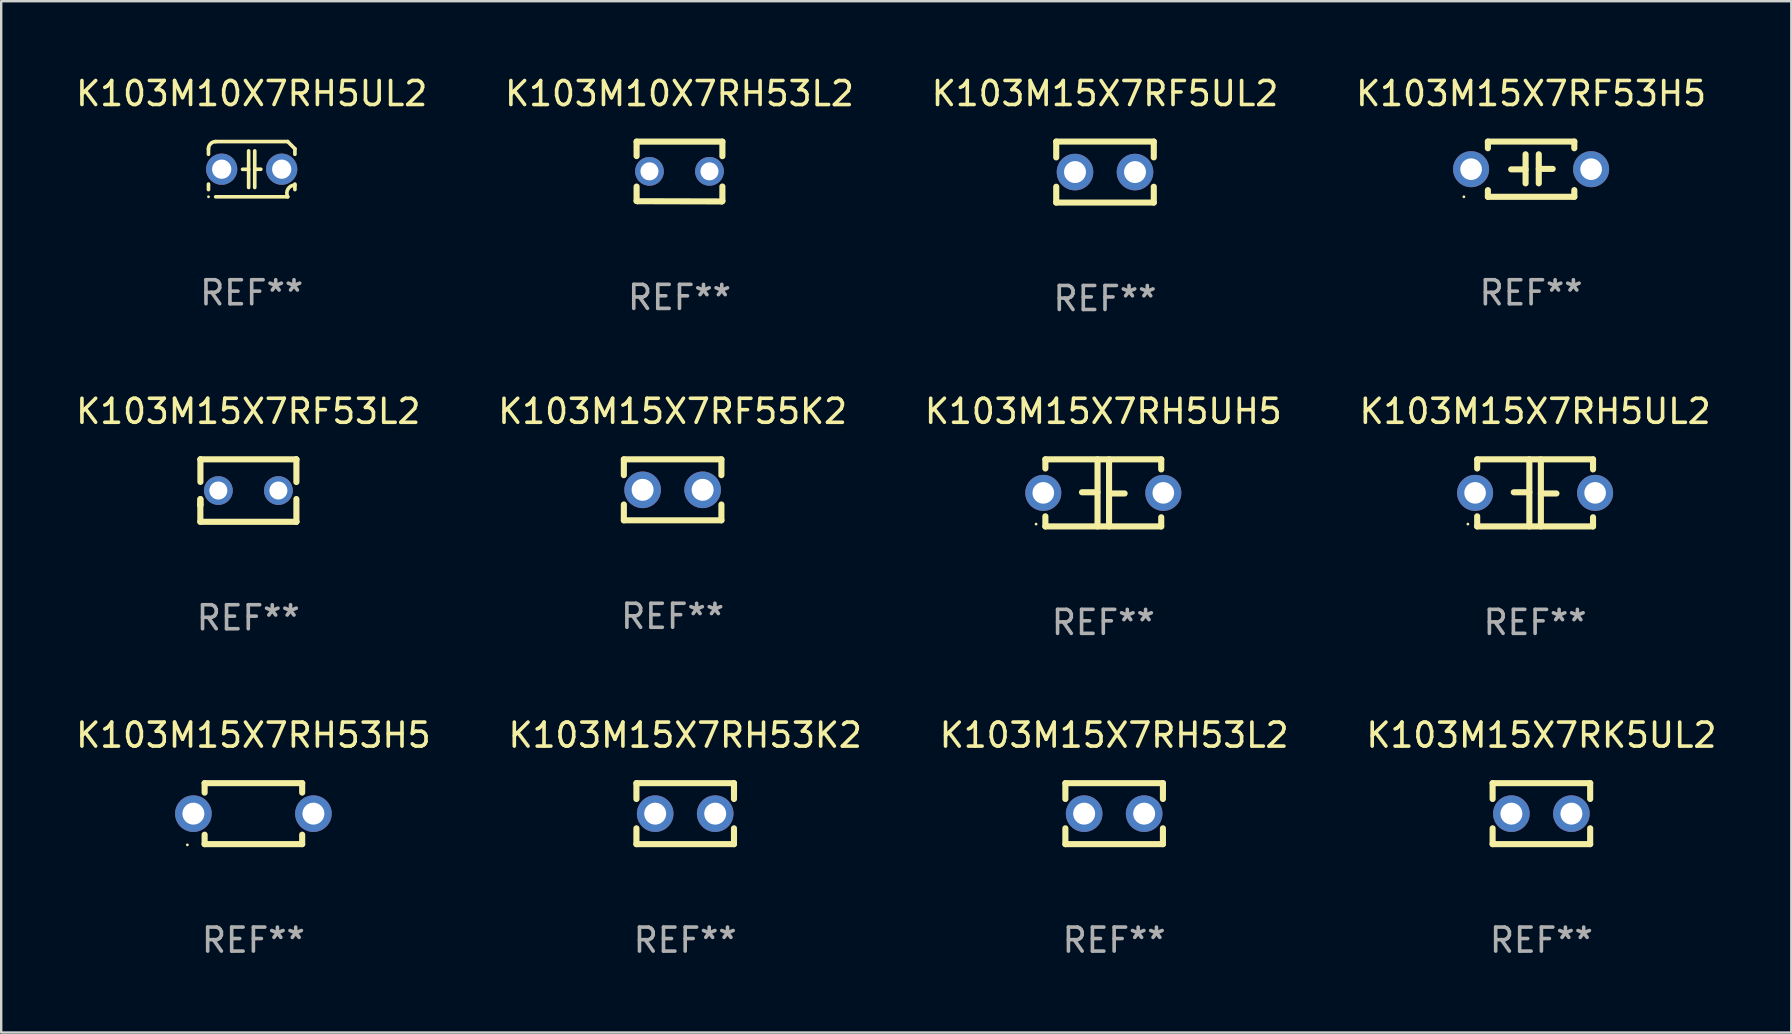
<source format=kicad_pcb>
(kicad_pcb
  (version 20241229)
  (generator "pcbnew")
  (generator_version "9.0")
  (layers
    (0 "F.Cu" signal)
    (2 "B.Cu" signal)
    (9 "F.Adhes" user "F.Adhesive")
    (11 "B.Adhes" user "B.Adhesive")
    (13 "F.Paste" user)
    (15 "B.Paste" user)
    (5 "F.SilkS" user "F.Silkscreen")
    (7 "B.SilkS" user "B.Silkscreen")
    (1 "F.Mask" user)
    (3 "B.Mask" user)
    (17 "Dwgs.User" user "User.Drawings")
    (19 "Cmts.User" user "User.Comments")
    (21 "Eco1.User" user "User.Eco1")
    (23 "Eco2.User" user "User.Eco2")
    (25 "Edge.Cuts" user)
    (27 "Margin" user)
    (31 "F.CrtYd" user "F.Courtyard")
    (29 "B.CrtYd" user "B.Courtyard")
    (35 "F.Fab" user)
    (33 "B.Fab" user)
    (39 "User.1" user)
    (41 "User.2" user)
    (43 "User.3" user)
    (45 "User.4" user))
  (footprint "K103M15X7RF53L2"
    (layer "F.Cu")
    (at 7.292 17.386)
    (property "Reference" "K103M15X7RF53L2" (at 0 -3.301 0) (layer "F.SilkS") (effects (font (size 1 1) (thickness 0.15))))
    (attr through_hole)
    (fp_line (start -1.996 0.354) (end -1.996 1.301) (stroke (width 0.254) (type solid)) (layer "F.SilkS"))
    (fp_line (start -1.996 1.301) (end 2.002 1.301) (stroke (width 0.254) (type solid)) (layer "F.SilkS"))
    (fp_line (start -1.993 -1.299) (end -1.993 -0.36) (stroke (width 0.254) (type solid)) (layer "F.SilkS"))
    (fp_line (start -1.993 0.358) (end -1.993 0.599) (stroke (width 0.254) (type solid)) (layer "F.SilkS"))
    (fp_line (start -1.993 0.599) (end -2.005 0.61) (stroke (width 0.254) (type solid)) (layer "F.SilkS"))
    (fp_line (start -1.992 -1.301) (end -1.993 -1.299) (stroke (width 0.254) (type solid)) (layer "F.SilkS"))
    (fp_line (start 2.002 1.301) (end 2.005 1.298) (stroke (width 0.254) (type solid)) (layer "F.SilkS"))
    (fp_line (start 2.003 -1.301) (end -1.992 -1.301) (stroke (width 0.254) (type solid)) (layer "F.SilkS"))
    (fp_line (start 2.005 -1.299) (end 2.003 -1.301) (stroke (width 0.254) (type solid)) (layer "F.SilkS"))
    (fp_line (start 2.005 -0.355) (end 2.005 -1.299) (stroke (width 0.254) (type solid)) (layer "F.SilkS"))
    (fp_line (start 2.005 1.298) (end 2.005 0.352) (stroke (width 0.254) (type solid)) (layer "F.SilkS"))
    (fp_circle (center -1.996 1.299) (end -1.966 1.299) (stroke (width 0.06) (type solid)) (fill no) (layer "F.SilkS"))
    (fp_text user "REF**" (at 0 5.301 0) (layer "F.Fab") (effects (font (size 1 1) (thickness 0.15))))
    (pad "1" thru_hole circle (at -1.246 -0.001) (size 1.2 1.2) (drill 0.75) (layers "*.Cu" "*.Mask"))
    (pad "2" thru_hole circle (at 1.255 -0.001) (size 1.2 1.2) (drill 0.75) (layers "*.Cu" "*.Mask")))
  (footprint "K103M10X7RH5UL2"
    (layer "F.Cu")
    (at 7.435 3.998)
    (property "Reference" "K103M10X7RH5UL2" (at 0 -3.15 0) (layer "F.SilkS") (effects (font (size 1 1) (thickness 0.15))))
    (attr through_hole)
    (fp_line (start -1.8 -0.621) (end -1.8 -0.85) (stroke (width 0.152) (type solid)) (layer "F.SilkS"))
    (fp_line (start -1.8 0.85) (end -1.8 0.621) (stroke (width 0.152) (type solid)) (layer "F.SilkS"))
    (fp_line (start -1.5 -1.15) (end 1.5 -1.15) (stroke (width 0.152) (type solid)) (layer "F.SilkS"))
    (fp_line (start -0.127 -0.762) (end -0.127 0.762) (stroke (width 0.152) (type solid)) (layer "F.SilkS"))
    (fp_line (start -0.127 0.005) (end -0.381 0.005) (stroke (width 0.152) (type solid)) (layer "F.SilkS"))
    (fp_line (start 0.127 -0.762) (end 0.127 0.762) (stroke (width 0.152) (type solid)) (layer "F.SilkS"))
    (fp_line (start 0.127 0.002) (end 0.381 0.002) (stroke (width 0.152) (type solid)) (layer "F.SilkS"))
    (fp_line (start 1.5 1.15) (end -1.5 1.15) (stroke (width 0.152) (type solid)) (layer "F.SilkS"))
    (fp_line (start 1.8 -0.85) (end 1.8 -0.621) (stroke (width 0.152) (type solid)) (layer "F.SilkS"))
    (fp_line (start 1.8 0.621) (end 1.8 0.85) (stroke (width 0.152) (type solid)) (layer "F.SilkS"))
    (fp_arc (start -1.799975 -0.849987) (mid -1.712107 -1.062119) (end -1.499975 -1.149987) (stroke (width 0.151994) (type solid)) (layer "F.SilkS"))
    (fp_arc (start 1.499975 1.149987) (mid 1.513726 0.822359) (end 1.799975 0.662387) (stroke (width 0.151994) (type solid)) (layer "F.SilkS"))
    (fp_arc (start 1.500001 -1.149986) (mid 1.650015 -1.000001) (end 1.8 -0.849987) (stroke (width 0.151994) (type solid)) (layer "F.SilkS"))
    (fp_circle (center -1.8 1.15) (end -1.77 1.15) (stroke (width 0.06) (type solid)) (fill no) (layer "F.SilkS"))
    (fp_text user "REF**" (at 0 5.15 0) (layer "F.Fab") (effects (font (size 1 1) (thickness 0.15))))
    (pad "1" thru_hole circle (at -1.25 0) (size 1.3 1.3) (drill 0.8) (layers "*.Cu" "*.Mask"))
    (pad "2" thru_hole circle (at 1.25 0) (size 1.3 1.3) (drill 0.8) (layers "*.Cu" "*.Mask")))
  (footprint "K103M15X7RF5UL2"
    (layer "F.Cu")
    (at 42.982 4.118)
    (property "Reference" "K103M15X7RF5UL2" (at 0 -3.27 0) (layer "F.SilkS") (effects (font (size 1 1) (thickness 0.15))))
    (attr through_hole)
    (fp_line (start -2.032 -1.27) (end -2.032 -0.611) (stroke (width 0.254) (type solid)) (layer "F.SilkS"))
    (fp_line (start -2.032 0.611) (end -2.032 1.27) (stroke (width 0.254) (type solid)) (layer "F.SilkS"))
    (fp_line (start -2.032 1.27) (end 2.032 1.27) (stroke (width 0.254) (type solid)) (layer "F.SilkS"))
    (fp_line (start 2.032 -1.27) (end -2.032 -1.27) (stroke (width 0.254) (type solid)) (layer "F.SilkS"))
    (fp_line (start 2.032 -0.611) (end 2.032 -1.27) (stroke (width 0.254) (type solid)) (layer "F.SilkS"))
    (fp_line (start 2.032 1.27) (end 2.032 0.611) (stroke (width 0.254) (type solid)) (layer "F.SilkS"))
    (fp_circle (center -2 1.3) (end -1.97 1.3) (stroke (width 0.06) (type solid)) (fill no) (layer "F.SilkS"))
    (fp_text user "REF**" (at 0 5.27 0) (layer "F.Fab") (effects (font (size 1 1) (thickness 0.15))))
    (pad "1" thru_hole circle (at -1.25 0) (size 1.524 1.524) (drill 0.914) (layers "*.Cu" "*.Mask"))
    (pad "2" thru_hole circle (at 1.25 0) (size 1.524 1.524) (drill 0.914) (layers "*.Cu" "*.Mask")))
  (footprint "K103M15X7RF55K2"
    (layer "F.Cu")
    (at 24.97 17.355)
    (property "Reference" "K103M15X7RF55K2" (at 0 -3.27 0) (layer "F.SilkS") (effects (font (size 1 1) (thickness 0.15))))
    (attr through_hole)
    (fp_line (start -2.032 -1.27) (end -2.032 -0.611) (stroke (width 0.254) (type solid)) (layer "F.SilkS"))
    (fp_line (start -2.032 0.611) (end -2.032 1.27) (stroke (width 0.254) (type solid)) (layer "F.SilkS"))
    (fp_line (start -2.032 1.27) (end 2.032 1.27) (stroke (width 0.254) (type solid)) (layer "F.SilkS"))
    (fp_line (start 2.032 -1.27) (end -2.032 -1.27) (stroke (width 0.254) (type solid)) (layer "F.SilkS"))
    (fp_line (start 2.032 -0.611) (end 2.032 -1.27) (stroke (width 0.254) (type solid)) (layer "F.SilkS"))
    (fp_line (start 2.032 1.27) (end 2.032 0.611) (stroke (width 0.254) (type solid)) (layer "F.SilkS"))
    (fp_circle (center -2 1.3) (end -1.97 1.3) (stroke (width 0.06) (type solid)) (fill no) (layer "F.SilkS"))
    (fp_text user "REF**" (at 0 5.27 0) (layer "F.Fab") (effects (font (size 1 1) (thickness 0.15))))
    (pad "1" thru_hole circle (at -1.25 0) (size 1.524 1.524) (drill 0.914) (layers "*.Cu" "*.Mask"))
    (pad "2" thru_hole circle (at 1.25 0) (size 1.524 1.524) (drill 0.914) (layers "*.Cu" "*.Mask")))
  (footprint "K103M15X7RH53K2"
    (layer "F.Cu")
    (at 25.494 30.845)
    (property "Reference" "K103M15X7RH53K2" (at 0 -3.27 0) (layer "F.SilkS") (effects (font (size 1 1) (thickness 0.15))))
    (attr through_hole)
    (fp_line (start -2.032 -1.27) (end -2.032 -0.611) (stroke (width 0.254) (type solid)) (layer "F.SilkS"))
    (fp_line (start -2.032 0.611) (end -2.032 1.27) (stroke (width 0.254) (type solid)) (layer "F.SilkS"))
    (fp_line (start -2.032 1.27) (end 2.032 1.27) (stroke (width 0.254) (type solid)) (layer "F.SilkS"))
    (fp_line (start 2.032 -1.27) (end -2.032 -1.27) (stroke (width 0.254) (type solid)) (layer "F.SilkS"))
    (fp_line (start 2.032 -0.611) (end 2.032 -1.27) (stroke (width 0.254) (type solid)) (layer "F.SilkS"))
    (fp_line (start 2.032 1.27) (end 2.032 0.611) (stroke (width 0.254) (type solid)) (layer "F.SilkS"))
    (fp_circle (center -2 1.3) (end -1.97 1.3) (stroke (width 0.06) (type solid)) (fill no) (layer "F.SilkS"))
    (fp_text user "REF**" (at 0 5.27 0) (layer "F.Fab") (effects (font (size 1 1) (thickness 0.15))))
    (pad "1" thru_hole circle (at -1.25 0) (size 1.524 1.524) (drill 0.914) (layers "*.Cu" "*.Mask"))
    (pad "2" thru_hole circle (at 1.25 0) (size 1.524 1.524) (drill 0.914) (layers "*.Cu" "*.Mask")))
  (footprint "K103M15X7RH53L2"
    (layer "F.Cu")
    (at 43.363 30.845)
    (property "Reference" "K103M15X7RH53L2" (at 0 -3.27 0) (layer "F.SilkS") (effects (font (size 1 1) (thickness 0.15))))
    (attr through_hole)
    (fp_line (start -2.032 -1.27) (end -2.032 -0.611) (stroke (width 0.254) (type solid)) (layer "F.SilkS"))
    (fp_line (start -2.032 0.611) (end -2.032 1.27) (stroke (width 0.254) (type solid)) (layer "F.SilkS"))
    (fp_line (start -2.032 1.27) (end 2.032 1.27) (stroke (width 0.254) (type solid)) (layer "F.SilkS"))
    (fp_line (start 2.032 -1.27) (end -2.032 -1.27) (stroke (width 0.254) (type solid)) (layer "F.SilkS"))
    (fp_line (start 2.032 -0.611) (end 2.032 -1.27) (stroke (width 0.254) (type solid)) (layer "F.SilkS"))
    (fp_line (start 2.032 1.27) (end 2.032 0.611) (stroke (width 0.254) (type solid)) (layer "F.SilkS"))
    (fp_circle (center -2 1.3) (end -1.97 1.3) (stroke (width 0.06) (type solid)) (fill no) (layer "F.SilkS"))
    (fp_text user "REF**" (at 0 5.27 0) (layer "F.Fab") (effects (font (size 1 1) (thickness 0.15))))
    (pad "1" thru_hole circle (at -1.25 0) (size 1.524 1.524) (drill 0.914) (layers "*.Cu" "*.Mask"))
    (pad "2" thru_hole circle (at 1.25 0) (size 1.524 1.524) (drill 0.914) (layers "*.Cu" "*.Mask")))
  (footprint "K103M15X7RK5UL2"
    (layer "F.Cu")
    (at 61.161 30.845)
    (property "Reference" "K103M15X7RK5UL2" (at 0 -3.27 0) (layer "F.SilkS") (effects (font (size 1 1) (thickness 0.15))))
    (attr through_hole)
    (fp_line (start -2.032 -1.27) (end -2.032 -0.611) (stroke (width 0.254) (type solid)) (layer "F.SilkS"))
    (fp_line (start -2.032 0.611) (end -2.032 1.27) (stroke (width 0.254) (type solid)) (layer "F.SilkS"))
    (fp_line (start -2.032 1.27) (end 2.032 1.27) (stroke (width 0.254) (type solid)) (layer "F.SilkS"))
    (fp_line (start 2.032 -1.27) (end -2.032 -1.27) (stroke (width 0.254) (type solid)) (layer "F.SilkS"))
    (fp_line (start 2.032 -0.611) (end 2.032 -1.27) (stroke (width 0.254) (type solid)) (layer "F.SilkS"))
    (fp_line (start 2.032 1.27) (end 2.032 0.611) (stroke (width 0.254) (type solid)) (layer "F.SilkS"))
    (fp_circle (center -2 1.3) (end -1.97 1.3) (stroke (width 0.06) (type solid)) (fill no) (layer "F.SilkS"))
    (fp_text user "REF**" (at 0 5.27 0) (layer "F.Fab") (effects (font (size 1 1) (thickness 0.15))))
    (pad "1" thru_hole circle (at -1.25 0) (size 1.524 1.524) (drill 0.914) (layers "*.Cu" "*.Mask"))
    (pad "2" thru_hole circle (at 1.25 0) (size 1.524 1.524) (drill 0.914) (layers "*.Cu" "*.Mask")))
  (footprint "K103M15X7RF53H5"
    (layer "F.Cu")
    (at 60.732 3.998)
    (property "Reference" "K103M15X7RF53H5" (at 0 -3.15 0) (layer "F.SilkS") (effects (font (size 1 1) (thickness 0.15))))
    (attr through_hole)
    (fp_line (start -1.8 -1.15) (end -1.8 -0.872) (stroke (width 0.254) (type solid)) (layer "F.SilkS"))
    (fp_line (start -1.8 -1.15) (end 1.8 -1.15) (stroke (width 0.254) (type solid)) (layer "F.SilkS"))
    (fp_line (start -1.8 0.872) (end -1.8 1.15) (stroke (width 0.254) (type solid)) (layer "F.SilkS"))
    (fp_line (start -1.8 1.15) (end 1.8 1.15) (stroke (width 0.254) (type solid)) (layer "F.SilkS"))
    (fp_line (start -0.23 -0.62) (end -0.23 0.59) (stroke (width 0.254) (type solid)) (layer "F.SilkS"))
    (fp_line (start -0.23 0.007) (end -0.83 0.007) (stroke (width 0.254) (type solid)) (layer "F.SilkS"))
    (fp_line (start 0.32 -0.62) (end 0.32 0.59) (stroke (width 0.254) (type solid)) (layer "F.SilkS"))
    (fp_line (start 0.32 -0.012) (end 0.9 -0.012) (stroke (width 0.254) (type solid)) (layer "F.SilkS"))
    (fp_line (start 1.8 -1.15) (end 1.8 -0.872) (stroke (width 0.254) (type solid)) (layer "F.SilkS"))
    (fp_line (start 1.8 0.872) (end 1.8 1.15) (stroke (width 0.254) (type solid)) (layer "F.SilkS"))
    (fp_circle (center -2.8 1.15) (end -2.77 1.15) (stroke (width 0.06) (type solid)) (fill no) (layer "F.SilkS"))
    (fp_text user "REF**" (at 0 5.15 0) (layer "F.Fab") (effects (font (size 1 1) (thickness 0.15))))
    (pad "1" thru_hole circle (at -2.5 0) (size 1.5 1.5) (drill 0.9) (layers "*.Cu" "*.Mask"))
    (pad "2" thru_hole circle (at 2.5 0) (size 1.5 1.5) (drill 0.9) (layers "*.Cu" "*.Mask")))
  (footprint "K103M10X7RH53L2"
    (layer "F.Cu")
    (at 25.256 4.095)
    (property "Reference" "K103M10X7RH53L2" (at 0 -3.246 0) (layer "F.SilkS") (effects (font (size 1 1) (thickness 0.15))))
    (attr through_hole)
    (fp_line (start -1.787 -1.246) (end -1.787 -0.642) (stroke (width 0.254) (type solid)) (layer "F.SilkS"))
    (fp_line (start -1.787 0.627) (end -1.787 1.228) (stroke (width 0.254) (type solid)) (layer "F.SilkS"))
    (fp_line (start -1.787 1.228) (end -1.75 1.237) (stroke (width 0.254) (type solid)) (layer "F.SilkS"))
    (fp_line (start -1.75 1.237) (end 1.759 1.246) (stroke (width 0.254) (type solid)) (layer "F.SilkS"))
    (fp_line (start 1.759 1.246) (end 1.787 1.218) (stroke (width 0.254) (type solid)) (layer "F.SilkS"))
    (fp_line (start 1.787 -1.246) (end -1.787 -1.246) (stroke (width 0.254) (type solid)) (layer "F.SilkS"))
    (fp_line (start 1.787 -0.639) (end 1.787 -1.246) (stroke (width 0.254) (type solid)) (layer "F.SilkS"))
    (fp_line (start 1.787 1.237) (end 1.787 0.625) (stroke (width 0.254) (type solid)) (layer "F.SilkS"))
    (fp_circle (center -1.801 1.243) (end -1.771 1.243) (stroke (width 0.06) (type solid)) (fill no) (layer "F.SilkS"))
    (fp_text user "REF**" (at 0 5.246 0) (layer "F.Fab") (effects (font (size 1 1) (thickness 0.15))))
    (pad "1" thru_hole circle (at -1.251 -0.007) (size 1.2 1.2) (drill 0.75) (layers "*.Cu" "*.Mask"))
    (pad "2" thru_hole circle (at 1.249 -0.007) (size 1.2 1.2) (drill 0.75) (layers "*.Cu" "*.Mask")))
  (footprint "K103M15X7RH5UL2"
    (layer "F.Cu")
    (at 60.899 17.482)
    (property "Reference" "K103M15X7RH5UL2" (at 0 -3.397 0) (layer "F.SilkS") (effects (font (size 1 1) (thickness 0.15))))
    (attr through_hole)
    (fp_line (start -2.413 -1.397) (end 2.413 -1.397) (stroke (width 0.254) (type solid)) (layer "F.SilkS"))
    (fp_line (start -2.413 -1.016) (end -2.413 -1.397) (stroke (width 0.254) (type solid)) (layer "F.SilkS"))
    (fp_line (start -2.413 0.977) (end -2.413 1.397) (stroke (width 0.254) (type solid)) (layer "F.SilkS"))
    (fp_line (start -0.24 -0.025) (end -0.889 -0.025) (stroke (width 0.254) (type solid)) (layer "F.SilkS"))
    (fp_line (start -0.24 1.397) (end -0.24 -1.397) (stroke (width 0.254) (type solid)) (layer "F.SilkS"))
    (fp_line (start 0.24 -1.397) (end 0.24 1.397) (stroke (width 0.254) (type solid)) (layer "F.SilkS"))
    (fp_line (start 0.24 0.025) (end 0.889 0.025) (stroke (width 0.254) (type solid)) (layer "F.SilkS"))
    (fp_line (start 2.413 -0.977) (end 2.413 -1.397) (stroke (width 0.254) (type solid)) (layer "F.SilkS"))
    (fp_line (start 2.413 1.016) (end 2.413 1.397) (stroke (width 0.254) (type solid)) (layer "F.SilkS"))
    (fp_line (start 2.413 1.397) (end -2.413 1.397) (stroke (width 0.254) (type solid)) (layer "F.SilkS"))
    (fp_circle (center -2.8 1.3) (end -2.77 1.3) (stroke (width 0.06) (type solid)) (fill no) (layer "F.SilkS"))
    (fp_text user "REF**" (at 0 5.397 0) (layer "F.Fab") (effects (font (size 1 1) (thickness 0.15))))
    (pad "1" thru_hole circle (at -2.5 0) (size 1.5 1.5) (drill 0.9) (layers "*.Cu" "*.Mask"))
    (pad "2" thru_hole circle (at 2.5 0) (size 1.5 1.5) (drill 0.9) (layers "*.Cu" "*.Mask")))
  (footprint "K103M15X7RH53H5"
    (layer "F.Cu")
    (at 7.506 30.845)
    (property "Reference" "K103M15X7RH53H5" (at 0 -3.27 0) (layer "F.SilkS") (effects (font (size 1 1) (thickness 0.15))))
    (attr through_hole)
    (fp_line (start -2.032 -1.27) (end -2.032 -0.876) (stroke (width 0.254) (type solid)) (layer "F.SilkS"))
    (fp_line (start -2.032 0.876) (end -2.032 1.27) (stroke (width 0.254) (type solid)) (layer "F.SilkS"))
    (fp_line (start -2.032 1.27) (end 2.032 1.27) (stroke (width 0.254) (type solid)) (layer "F.SilkS"))
    (fp_line (start 2.032 -1.27) (end -2.032 -1.27) (stroke (width 0.254) (type solid)) (layer "F.SilkS"))
    (fp_line (start 2.032 -0.876) (end 2.032 -1.27) (stroke (width 0.254) (type solid)) (layer "F.SilkS"))
    (fp_line (start 2.032 1.27) (end 2.032 0.876) (stroke (width 0.254) (type solid)) (layer "F.SilkS"))
    (fp_circle (center -2.751 1.3) (end -2.721 1.3) (stroke (width 0.06) (type solid)) (fill no) (layer "F.SilkS"))
    (fp_text user "REF**" (at 0 5.27 0) (layer "F.Fab") (effects (font (size 1 1) (thickness 0.15))))
    (pad "1" thru_hole circle (at -2.5 0) (size 1.524 1.524) (drill 0.914) (layers "*.Cu" "*.Mask"))
    (pad "2" thru_hole circle (at 2.5 0) (size 1.524 1.524) (drill 0.914) (layers "*.Cu" "*.Mask")))
  (footprint "K103M15X7RH5UH5"
    (layer "F.Cu")
    (at 42.911 17.482)
    (property "Reference" "K103M15X7RH5UH5" (at 0 -3.397 0) (layer "F.SilkS") (effects (font (size 1 1) (thickness 0.15))))
    (attr through_hole)
    (fp_line (start -2.413 -1.397) (end 2.413 -1.397) (stroke (width 0.254) (type solid)) (layer "F.SilkS"))
    (fp_line (start -2.413 -1.016) (end -2.413 -1.397) (stroke (width 0.254) (type solid)) (layer "F.SilkS"))
    (fp_line (start -2.413 0.977) (end -2.413 1.397) (stroke (width 0.254) (type solid)) (layer "F.SilkS"))
    (fp_line (start -0.24 -0.025) (end -0.889 -0.025) (stroke (width 0.254) (type solid)) (layer "F.SilkS"))
    (fp_line (start -0.24 1.397) (end -0.24 -1.397) (stroke (width 0.254) (type solid)) (layer "F.SilkS"))
    (fp_line (start 0.24 -1.397) (end 0.24 1.397) (stroke (width 0.254) (type solid)) (layer "F.SilkS"))
    (fp_line (start 0.24 0.025) (end 0.889 0.025) (stroke (width 0.254) (type solid)) (layer "F.SilkS"))
    (fp_line (start 2.413 -0.977) (end 2.413 -1.397) (stroke (width 0.254) (type solid)) (layer "F.SilkS"))
    (fp_line (start 2.413 1.016) (end 2.413 1.397) (stroke (width 0.254) (type solid)) (layer "F.SilkS"))
    (fp_line (start 2.413 1.397) (end -2.413 1.397) (stroke (width 0.254) (type solid)) (layer "F.SilkS"))
    (fp_circle (center -2.8 1.3) (end -2.77 1.3) (stroke (width 0.06) (type solid)) (fill no) (layer "F.SilkS"))
    (fp_text user "REF**" (at 0 5.397 0) (layer "F.Fab") (effects (font (size 1 1) (thickness 0.15))))
    (pad "1" thru_hole circle (at -2.5 0) (size 1.5 1.5) (drill 0.9) (layers "*.Cu" "*.Mask"))
    (pad "2" thru_hole circle (at 2.5 0) (size 1.5 1.5) (drill 0.9) (layers "*.Cu" "*.Mask")))
  (gr_rect
    (start -3 -3)
    (end 71.571 39.964)
    (stroke (width 0.1) (type default))
    (fill no)
    (layer "Edge.Cuts")))
</source>
